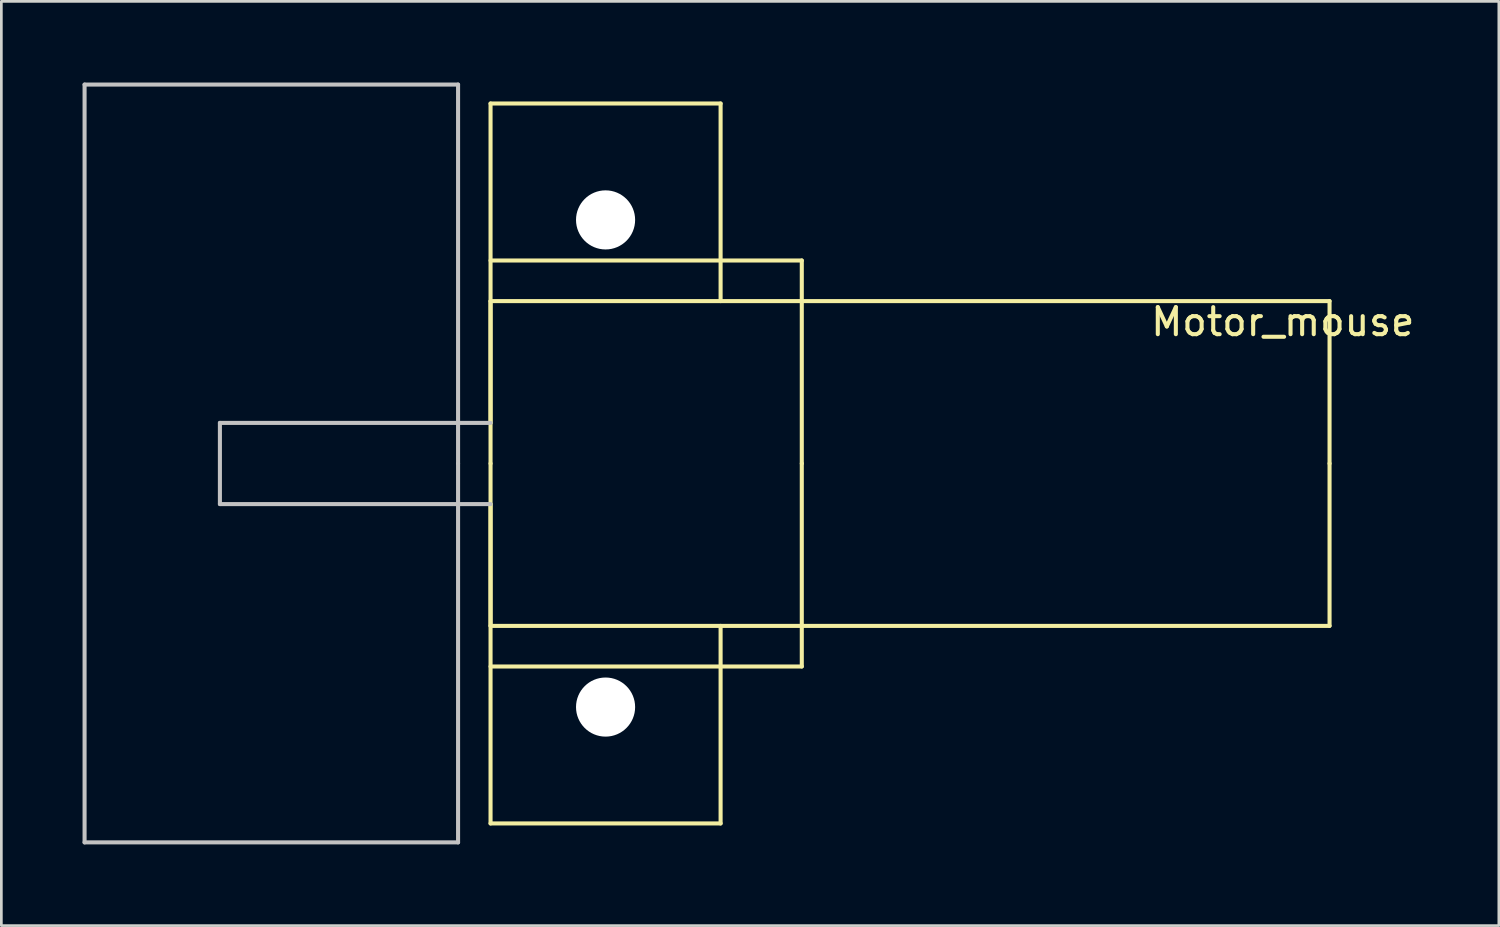
<source format=kicad_pcb>
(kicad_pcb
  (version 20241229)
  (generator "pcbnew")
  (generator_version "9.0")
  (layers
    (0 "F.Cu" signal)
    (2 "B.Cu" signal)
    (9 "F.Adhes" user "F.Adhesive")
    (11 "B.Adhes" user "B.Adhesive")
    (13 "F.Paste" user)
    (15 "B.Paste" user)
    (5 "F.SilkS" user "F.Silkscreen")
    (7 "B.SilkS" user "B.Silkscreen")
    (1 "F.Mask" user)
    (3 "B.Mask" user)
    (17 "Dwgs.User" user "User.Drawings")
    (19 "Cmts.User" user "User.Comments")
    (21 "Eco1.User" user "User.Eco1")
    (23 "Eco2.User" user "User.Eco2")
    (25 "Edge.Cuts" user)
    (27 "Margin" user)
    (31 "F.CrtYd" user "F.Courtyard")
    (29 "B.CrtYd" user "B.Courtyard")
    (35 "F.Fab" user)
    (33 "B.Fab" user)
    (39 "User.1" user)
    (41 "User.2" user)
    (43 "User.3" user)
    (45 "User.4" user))
  (footprint "Motor_mouse"
    (layer "F.Cu")
    (at 46.075 14.075)
    (property "Reference" "Motor_mouse" (at -1.727 -5.232 180) (layer "F.SilkS") (effects (font (size 1 1) (thickness 0.15))))
    (fp_line (start -31 -13.3) (end -22.5 -13.3) (stroke (width 0.15) (type solid)) (layer "F.SilkS"))
    (fp_line (start -31 -7.5) (end -19.5 -7.5) (stroke (width 0.15) (type solid)) (layer "F.SilkS"))
    (fp_line (start -31 -6) (end -31 -1.5) (stroke (width 0.15) (type solid)) (layer "F.SilkS"))
    (fp_line (start -31 0) (end -31 -13.3) (stroke (width 0.15) (type solid)) (layer "F.SilkS"))
    (fp_line (start -31 0) (end -31 13.3) (stroke (width 0.15) (type solid)) (layer "F.SilkS"))
    (fp_line (start -31 6) (end -31 1.5) (stroke (width 0.15) (type solid)) (layer "F.SilkS"))
    (fp_line (start -31 7.5) (end -19.5 7.5) (stroke (width 0.15) (type solid)) (layer "F.SilkS"))
    (fp_line (start -31 13.3) (end -22.5 13.3) (stroke (width 0.15) (type solid)) (layer "F.SilkS"))
    (fp_line (start -22.5 -6) (end -22.5 -13.3) (stroke (width 0.15) (type solid)) (layer "F.SilkS"))
    (fp_line (start -22.5 6) (end -22.5 13.3) (stroke (width 0.15) (type solid)) (layer "F.SilkS"))
    (fp_line (start -19.5 0) (end -19.5 -7.5) (stroke (width 0.15) (type solid)) (layer "F.SilkS"))
    (fp_line (start -19.5 0) (end -19.5 7.5) (stroke (width 0.15) (type solid)) (layer "F.SilkS"))
    (fp_line (start 0 -6) (end -31 -6) (stroke (width 0.15) (type solid)) (layer "F.SilkS"))
    (fp_line (start 0 0) (end 0 -6) (stroke (width 0.15) (type solid)) (layer "F.SilkS"))
    (fp_line (start 0 0) (end 0 6) (stroke (width 0.15) (type solid)) (layer "F.SilkS"))
    (fp_line (start 0 6) (end -31 6) (stroke (width 0.15) (type solid)) (layer "F.SilkS"))
    (fp_line (start -46 -14) (end -46 14) (stroke (width 0.15) (type solid)) (layer "Dwgs.User"))
    (fp_line (start -41 -1.5) (end -41 1.5) (stroke (width 0.15) (type solid)) (layer "Dwgs.User"))
    (fp_line (start -32.2 -14) (end -46 -14) (stroke (width 0.15) (type solid)) (layer "Dwgs.User"))
    (fp_line (start -32.2 0) (end -32.2 -14) (stroke (width 0.15) (type solid)) (layer "Dwgs.User"))
    (fp_line (start -32.2 0) (end -32.2 14) (stroke (width 0.15) (type solid)) (layer "Dwgs.User"))
    (fp_line (start -32.2 14) (end -46 14) (stroke (width 0.15) (type solid)) (layer "Dwgs.User"))
    (fp_line (start -31 -1.5) (end -41 -1.5) (stroke (width 0.15) (type solid)) (layer "Dwgs.User"))
    (fp_line (start -31 1.5) (end -41 1.5) (stroke (width 0.15) (type solid)) (layer "Dwgs.User"))
    (pad "" np_thru_hole circle (at -26.75 -9) (size 2.184 2.184) (drill 2.184) (layers "*.Cu" "*.Mask"))
    (pad "" np_thru_hole circle (at -26.75 9) (size 2.184 2.184) (drill 2.184) (layers "*.Cu" "*.Mask")))
  (gr_rect
    (start -3 -3)
    (end 52.33 31.15)
    (stroke (width 0.1) (type default))
    (fill no)
    (layer "Edge.Cuts")))
</source>
